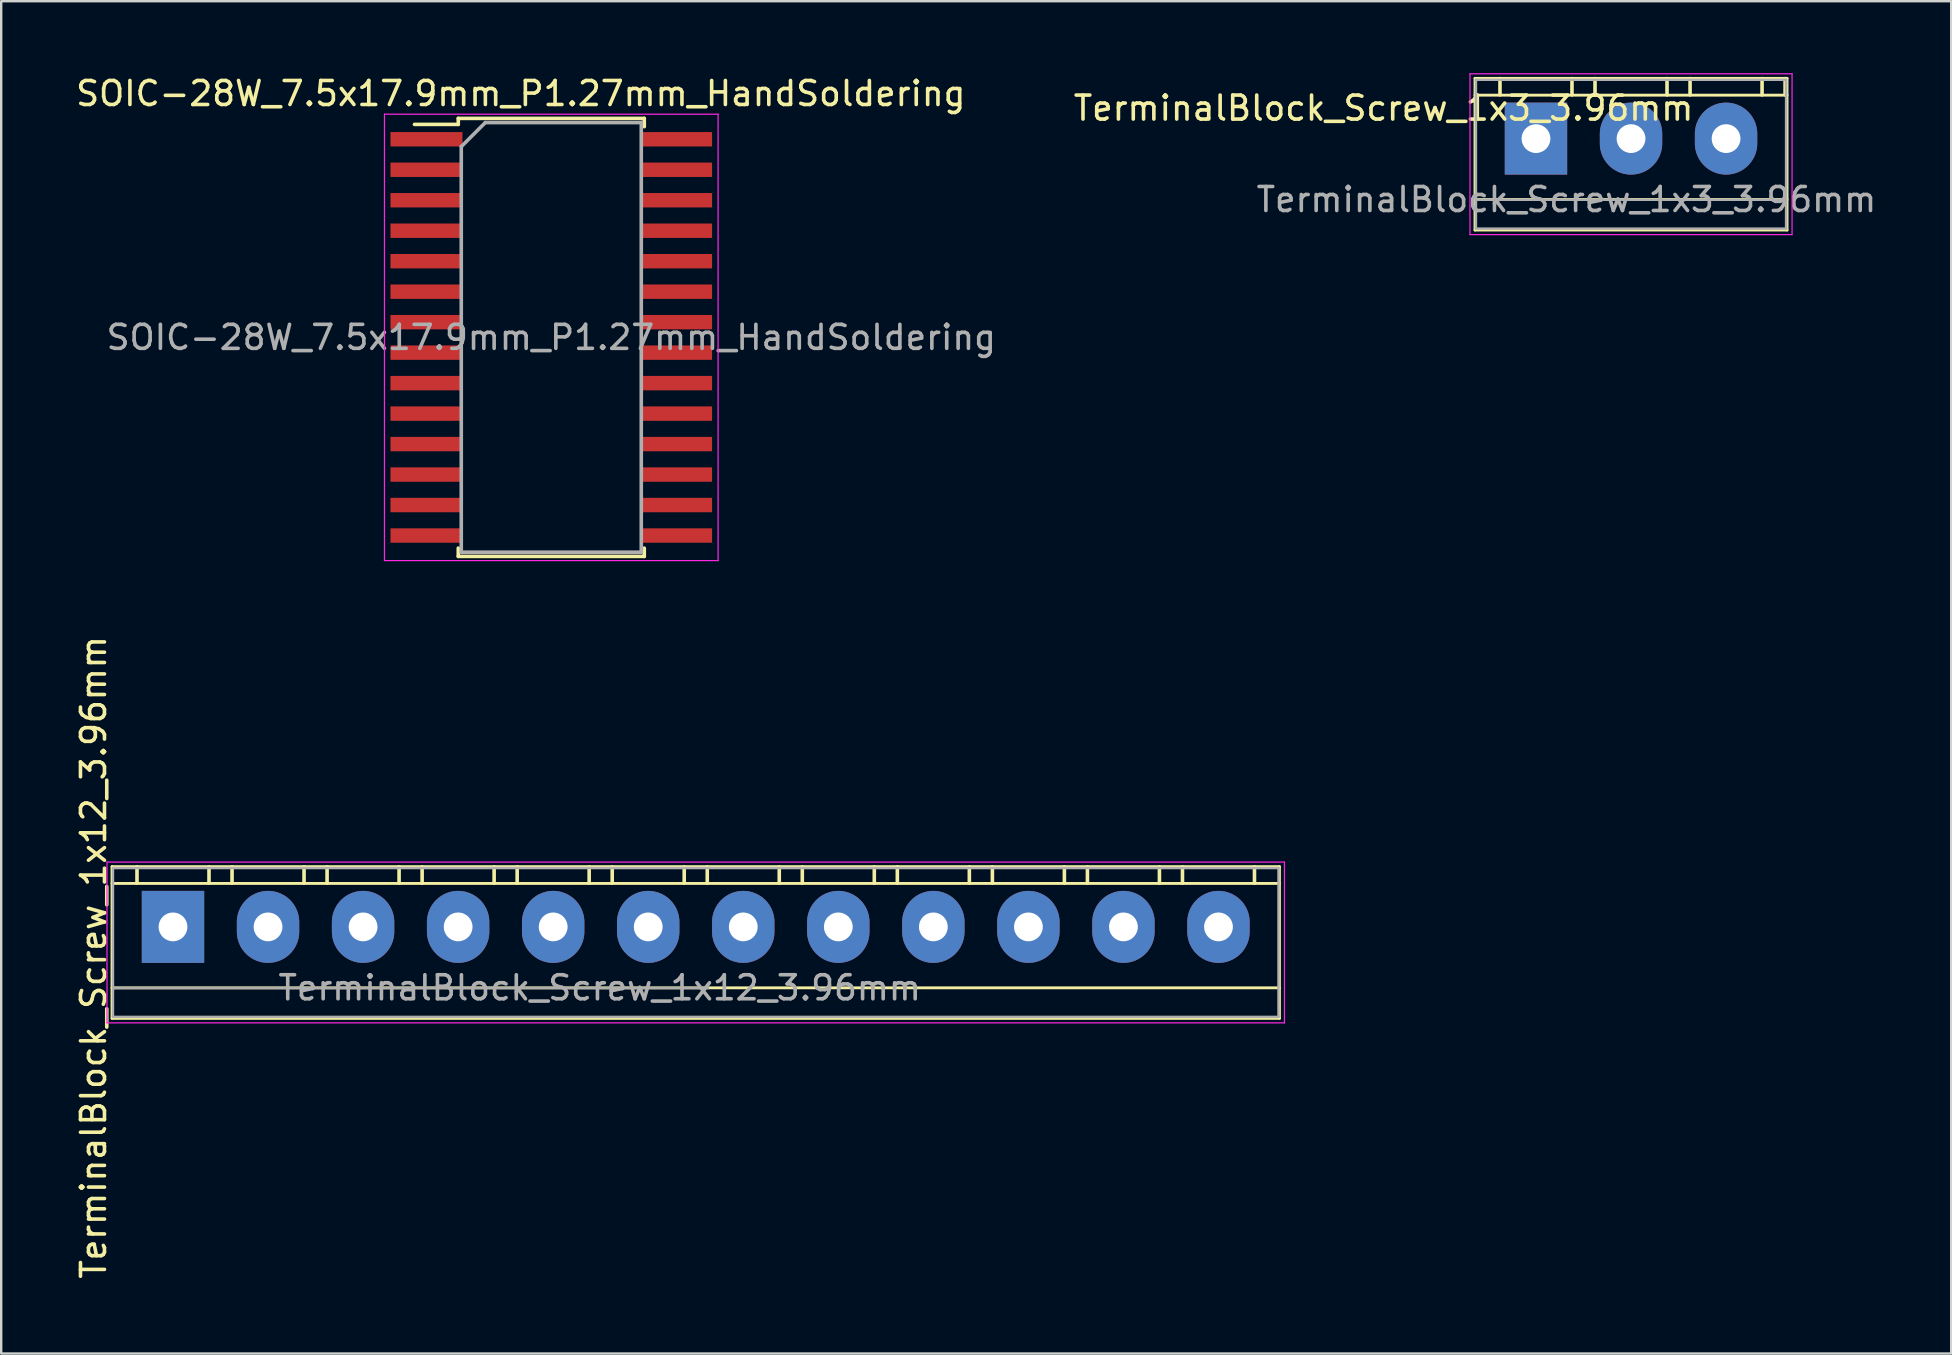
<source format=kicad_pcb>
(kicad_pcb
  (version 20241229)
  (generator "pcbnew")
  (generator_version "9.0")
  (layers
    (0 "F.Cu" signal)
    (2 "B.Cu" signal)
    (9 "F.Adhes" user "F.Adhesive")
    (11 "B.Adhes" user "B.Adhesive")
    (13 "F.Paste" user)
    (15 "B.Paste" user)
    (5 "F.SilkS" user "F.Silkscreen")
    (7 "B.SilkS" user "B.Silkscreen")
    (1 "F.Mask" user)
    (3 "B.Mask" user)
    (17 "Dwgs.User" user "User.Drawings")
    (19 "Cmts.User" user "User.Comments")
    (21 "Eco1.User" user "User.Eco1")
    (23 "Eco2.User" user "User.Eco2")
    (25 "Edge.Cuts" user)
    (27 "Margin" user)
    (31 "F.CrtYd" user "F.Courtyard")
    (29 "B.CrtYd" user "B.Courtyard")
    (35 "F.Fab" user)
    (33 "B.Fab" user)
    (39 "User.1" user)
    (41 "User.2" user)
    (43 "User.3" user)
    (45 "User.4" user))
  (footprint "SOIC-28W_7.5x17.9mm_P1.27mm_HandSoldering"
    (layer "F.Cu")
    (at 19.919 11.008)
    (property "Reference" "SOIC-28W_7.5x17.9mm_P1.27mm_HandSoldering" (at -1.27 -10.16 0) (layer "F.SilkS") (effects (font (size 1 1) (thickness 0.15))))
    (attr through_hole)
    (fp_line (start -3.875 -9.125) (end -3.875 -8.875) (stroke (width 0.15) (type solid)) (layer "F.SilkS"))
    (fp_line (start -3.875 -9.125) (end 3.875 -9.125) (stroke (width 0.15) (type solid)) (layer "F.SilkS"))
    (fp_line (start -3.875 -8.875) (end -5.7 -8.875) (stroke (width 0.15) (type solid)) (layer "F.SilkS"))
    (fp_line (start -3.875 9.125) (end -3.875 8.78) (stroke (width 0.15) (type solid)) (layer "F.SilkS"))
    (fp_line (start -3.875 9.125) (end 3.875 9.125) (stroke (width 0.15) (type solid)) (layer "F.SilkS"))
    (fp_line (start 3.875 -9.125) (end 3.875 -8.78) (stroke (width 0.15) (type solid)) (layer "F.SilkS"))
    (fp_line (start 3.875 9.125) (end 3.875 8.78) (stroke (width 0.15) (type solid)) (layer "F.SilkS"))
    (fp_line (start -6.95 -9.3) (end -6.95 9.3) (stroke (width 0.05) (type solid)) (layer "F.CrtYd"))
    (fp_line (start -6.95 -9.3) (end 6.95 -9.3) (stroke (width 0.05) (type solid)) (layer "F.CrtYd"))
    (fp_line (start -6.95 9.3) (end 6.95 9.3) (stroke (width 0.05) (type solid)) (layer "F.CrtYd"))
    (fp_line (start 6.95 -9.3) (end 6.95 9.3) (stroke (width 0.05) (type solid)) (layer "F.CrtYd"))
    (fp_line (start -3.75 -7.95) (end -2.75 -8.95) (stroke (width 0.15) (type solid)) (layer "F.Fab"))
    (fp_line (start -3.75 8.95) (end -3.75 -7.95) (stroke (width 0.15) (type solid)) (layer "F.Fab"))
    (fp_line (start -2.75 -8.95) (end 3.75 -8.95) (stroke (width 0.15) (type solid)) (layer "F.Fab"))
    (fp_line (start 3.75 -8.95) (end 3.75 8.95) (stroke (width 0.15) (type solid)) (layer "F.Fab"))
    (fp_line (start 3.75 8.95) (end -3.75 8.95) (stroke (width 0.15) (type solid)) (layer "F.Fab"))
    (fp_text user "${REFERENCE}" (at 0 0 0) (layer "F.Fab") (effects (font (size 1 1) (thickness 0.15))))
    (pad "1" smd rect (at -5.2 -8.255) (size 3 0.6) (layers "F.Cu" "F.Mask" "F.Paste"))
    (pad "2" smd rect (at -5.2 -6.985) (size 3 0.6) (layers "F.Cu" "F.Mask" "F.Paste"))
    (pad "3" smd rect (at -5.2 -5.715) (size 3 0.6) (layers "F.Cu" "F.Mask" "F.Paste"))
    (pad "4" smd rect (at -5.2 -4.445) (size 3 0.6) (layers "F.Cu" "F.Mask" "F.Paste"))
    (pad "5" smd rect (at -5.2 -3.175) (size 3 0.6) (layers "F.Cu" "F.Mask" "F.Paste"))
    (pad "6" smd rect (at -5.2 -1.905) (size 3 0.6) (layers "F.Cu" "F.Mask" "F.Paste"))
    (pad "7" smd rect (at -5.2 -0.635) (size 3 0.6) (layers "F.Cu" "F.Mask" "F.Paste"))
    (pad "8" smd rect (at -5.2 0.635) (size 3 0.6) (layers "F.Cu" "F.Mask" "F.Paste"))
    (pad "9" smd rect (at -5.2 1.905) (size 3 0.6) (layers "F.Cu" "F.Mask" "F.Paste"))
    (pad "10" smd rect (at -5.2 3.175) (size 3 0.6) (layers "F.Cu" "F.Mask" "F.Paste"))
    (pad "11" smd rect (at -5.2 4.445) (size 3 0.6) (layers "F.Cu" "F.Mask" "F.Paste"))
    (pad "12" smd rect (at -5.2 5.715) (size 3 0.6) (layers "F.Cu" "F.Mask" "F.Paste"))
    (pad "13" smd rect (at -5.2 6.985) (size 3 0.6) (layers "F.Cu" "F.Mask" "F.Paste"))
    (pad "14" smd rect (at -5.2 8.255) (size 3 0.6) (layers "F.Cu" "F.Mask" "F.Paste"))
    (pad "15" smd rect (at 5.2 8.255) (size 3 0.6) (layers "F.Cu" "F.Mask" "F.Paste"))
    (pad "16" smd rect (at 5.2 6.985) (size 3 0.6) (layers "F.Cu" "F.Mask" "F.Paste"))
    (pad "17" smd rect (at 5.2 5.715) (size 3 0.6) (layers "F.Cu" "F.Mask" "F.Paste"))
    (pad "18" smd rect (at 5.2 4.445) (size 3 0.6) (layers "F.Cu" "F.Mask" "F.Paste"))
    (pad "19" smd rect (at 5.2 3.175) (size 3 0.6) (layers "F.Cu" "F.Mask" "F.Paste"))
    (pad "20" smd rect (at 5.2 1.905) (size 3 0.6) (layers "F.Cu" "F.Mask" "F.Paste"))
    (pad "21" smd rect (at 5.2 0.635) (size 3 0.6) (layers "F.Cu" "F.Mask" "F.Paste"))
    (pad "22" smd rect (at 5.2 -0.635) (size 3 0.6) (layers "F.Cu" "F.Mask" "F.Paste"))
    (pad "23" smd rect (at 5.2 -1.905) (size 3 0.6) (layers "F.Cu" "F.Mask" "F.Paste"))
    (pad "24" smd rect (at 5.2 -3.175) (size 3 0.6) (layers "F.Cu" "F.Mask" "F.Paste"))
    (pad "25" smd rect (at 5.2 -4.445) (size 3 0.6) (layers "F.Cu" "F.Mask" "F.Paste"))
    (pad "26" smd rect (at 5.2 -5.715) (size 3 0.6) (layers "F.Cu" "F.Mask" "F.Paste"))
    (pad "27" smd rect (at 5.2 -6.985) (size 3 0.6) (layers "F.Cu" "F.Mask" "F.Paste"))
    (pad "28" smd rect (at 5.2 -8.255) (size 3 0.6) (layers "F.Cu" "F.Mask" "F.Paste")))
  (footprint "TerminalBlock_Screw_1x3_3.96mm"
    (layer "F.Cu")
    (at 60.947 2.725)
    (property "Reference" "TerminalBlock_Screw_1x3_3.96mm" (at -6.35 -1.27 0) (layer "F.SilkS") (effects (font (size 1 1) (thickness 0.15))))
    (attr through_hole)
    (fp_line (start -2.54 -2.51) (end -2.54 3.81) (stroke (width 0.12) (type solid)) (layer "F.SilkS"))
    (fp_line (start -2.54 -2.51) (end 10.46 -2.51) (stroke (width 0.12) (type solid)) (layer "F.SilkS"))
    (fp_line (start -2.54 -1.81) (end 10.46 -1.81) (stroke (width 0.12) (type solid)) (layer "F.SilkS"))
    (fp_line (start -2.54 2.54) (end 10.46 2.54) (stroke (width 0.12) (type solid)) (layer "F.SilkS"))
    (fp_line (start -2.54 3.81) (end 10.46 3.81) (stroke (width 0.12) (type solid)) (layer "F.SilkS"))
    (fp_line (start -1.5 -2.5) (end -1.5 -1.82) (stroke (width 0.15) (type solid)) (layer "F.SilkS"))
    (fp_line (start 1.5 -2.5) (end 1.5 -1.82) (stroke (width 0.15) (type solid)) (layer "F.SilkS"))
    (fp_line (start 2.46 -2.5) (end 2.46 -1.82) (stroke (width 0.15) (type solid)) (layer "F.SilkS"))
    (fp_line (start 5.46 -2.5) (end 5.46 -1.82) (stroke (width 0.15) (type solid)) (layer "F.SilkS"))
    (fp_line (start 6.42 -2.5) (end 6.42 -1.82) (stroke (width 0.15) (type solid)) (layer "F.SilkS"))
    (fp_line (start 9.42 -2.5) (end 9.42 -1.82) (stroke (width 0.15) (type solid)) (layer "F.SilkS"))
    (fp_line (start 10.38 -2.5) (end 10.38 -1.82) (stroke (width 0.15) (type solid)) (layer "F.SilkS"))
    (fp_line (start 10.46 3.81) (end 10.46 -2.51) (stroke (width 0.12) (type solid)) (layer "F.SilkS"))
    (fp_line (start -2.75 -2.7) (end -2.75 4) (stroke (width 0.05) (type solid)) (layer "F.CrtYd"))
    (fp_line (start -2.75 -2.7) (end 10.67 -2.7) (stroke (width 0.05) (type solid)) (layer "F.CrtYd"))
    (fp_line (start 10.67 4) (end -2.75 4) (stroke (width 0.05) (type solid)) (layer "F.CrtYd"))
    (fp_line (start 10.67 4) (end 10.67 -2.7) (stroke (width 0.05) (type solid)) (layer "F.CrtYd"))
    (fp_line (start -2.5 -2.45) (end -2.5 3.75) (stroke (width 0.1) (type solid)) (layer "F.Fab"))
    (fp_line (start -2.5 2.55) (end 10.42 2.55) (stroke (width 0.1) (type solid)) (layer "F.Fab"))
    (fp_line (start -2.5 3.75) (end 10.42 3.75) (stroke (width 0.1) (type solid)) (layer "F.Fab"))
    (fp_line (start 10.42 -2.45) (end -2.5 -2.45) (stroke (width 0.1) (type solid)) (layer "F.Fab"))
    (fp_line (start 10.42 3.75) (end 10.42 -2.45) (stroke (width 0.1) (type solid)) (layer "F.Fab"))
    (fp_text user "${REFERENCE}" (at 1.27 2.54 0) (layer "F.Fab") (effects (font (size 1 1) (thickness 0.15))))
    (pad "1" thru_hole rect (at 0 0) (size 2.6 3) (drill 1.2) (layers "*.Cu" "*.Mask"))
    (pad "2" thru_hole oval (at 3.96 0) (size 2.6 3) (drill 1.2) (layers "*.Cu" "*.Mask"))
    (pad "3" thru_hole oval (at 7.92 0) (size 2.6 3) (drill 1.2) (layers "*.Cu" "*.Mask")))
  (footprint "TerminalBlock_Screw_1x12_3.96mm"
    (layer "F.Cu")
    (at 4.158 35.569)
    (property "Reference" "TerminalBlock_Screw_1x12_3.96mm" (at -3.31 1.27 90) (layer "F.SilkS") (effects (font (size 1 1) (thickness 0.15))))
    (attr through_hole)
    (fp_line (start -2.54 -2.51) (end -2.54 3.81) (stroke (width 0.12) (type solid)) (layer "F.SilkS"))
    (fp_line (start -2.54 -2.51) (end 46.1 -2.51) (stroke (width 0.12) (type solid)) (layer "F.SilkS"))
    (fp_line (start -2.54 -1.81) (end 46.1 -1.81) (stroke (width 0.12) (type solid)) (layer "F.SilkS"))
    (fp_line (start -2.54 2.54) (end 46.1 2.54) (stroke (width 0.12) (type solid)) (layer "F.SilkS"))
    (fp_line (start -2.54 3.81) (end 46.1 3.81) (stroke (width 0.12) (type solid)) (layer "F.SilkS"))
    (fp_line (start -1.5 -2.5) (end -1.5 -1.82) (stroke (width 0.15) (type solid)) (layer "F.SilkS"))
    (fp_line (start 1.5 -2.5) (end 1.5 -1.82) (stroke (width 0.15) (type solid)) (layer "F.SilkS"))
    (fp_line (start 2.46 -2.5) (end 2.46 -1.82) (stroke (width 0.15) (type solid)) (layer "F.SilkS"))
    (fp_line (start 5.46 -2.5) (end 5.46 -1.82) (stroke (width 0.15) (type solid)) (layer "F.SilkS"))
    (fp_line (start 6.42 -2.5) (end 6.42 -1.82) (stroke (width 0.15) (type solid)) (layer "F.SilkS"))
    (fp_line (start 9.42 -2.5) (end 9.42 -1.82) (stroke (width 0.15) (type solid)) (layer "F.SilkS"))
    (fp_line (start 10.38 -2.5) (end 10.38 -1.82) (stroke (width 0.15) (type solid)) (layer "F.SilkS"))
    (fp_line (start 13.38 -2.5) (end 13.38 -1.82) (stroke (width 0.15) (type solid)) (layer "F.SilkS"))
    (fp_line (start 14.34 -2.5) (end 14.34 -1.82) (stroke (width 0.15) (type solid)) (layer "F.SilkS"))
    (fp_line (start 17.34 -2.5) (end 17.34 -1.82) (stroke (width 0.15) (type solid)) (layer "F.SilkS"))
    (fp_line (start 18.3 -2.5) (end 18.3 -1.82) (stroke (width 0.15) (type solid)) (layer "F.SilkS"))
    (fp_line (start 21.3 -2.5) (end 21.3 -1.82) (stroke (width 0.15) (type solid)) (layer "F.SilkS"))
    (fp_line (start 22.26 -2.5) (end 22.26 -1.82) (stroke (width 0.15) (type solid)) (layer "F.SilkS"))
    (fp_line (start 25.26 -2.5) (end 25.26 -1.82) (stroke (width 0.15) (type solid)) (layer "F.SilkS"))
    (fp_line (start 26.22 -2.5) (end 26.22 -1.82) (stroke (width 0.15) (type solid)) (layer "F.SilkS"))
    (fp_line (start 29.22 -2.5) (end 29.22 -1.82) (stroke (width 0.15) (type solid)) (layer "F.SilkS"))
    (fp_line (start 30.18 -2.5) (end 30.18 -1.82) (stroke (width 0.15) (type solid)) (layer "F.SilkS"))
    (fp_line (start 33.18 -2.5) (end 33.18 -1.82) (stroke (width 0.15) (type solid)) (layer "F.SilkS"))
    (fp_line (start 34.14 -2.5) (end 34.14 -1.82) (stroke (width 0.15) (type solid)) (layer "F.SilkS"))
    (fp_line (start 37.14 -2.5) (end 37.14 -1.82) (stroke (width 0.15) (type solid)) (layer "F.SilkS"))
    (fp_line (start 38.1 -2.5) (end 38.1 -1.82) (stroke (width 0.15) (type solid)) (layer "F.SilkS"))
    (fp_line (start 41.1 -2.5) (end 41.1 -1.82) (stroke (width 0.15) (type solid)) (layer "F.SilkS"))
    (fp_line (start 42.06 -2.5) (end 42.06 -1.82) (stroke (width 0.15) (type solid)) (layer "F.SilkS"))
    (fp_line (start 45.06 -2.5) (end 45.06 -1.82) (stroke (width 0.15) (type solid)) (layer "F.SilkS"))
    (fp_line (start 46.1 3.81) (end 46.1 -2.51) (stroke (width 0.12) (type solid)) (layer "F.SilkS"))
    (fp_line (start -2.75 -2.7) (end -2.75 4) (stroke (width 0.05) (type solid)) (layer "F.CrtYd"))
    (fp_line (start -2.75 -2.7) (end 46.31 -2.7) (stroke (width 0.05) (type solid)) (layer "F.CrtYd"))
    (fp_line (start 46.31 4) (end -2.75 4) (stroke (width 0.05) (type solid)) (layer "F.CrtYd"))
    (fp_line (start 46.31 4) (end 46.31 -2.7) (stroke (width 0.05) (type solid)) (layer "F.CrtYd"))
    (fp_line (start -2.5 -2.45) (end -2.5 3.75) (stroke (width 0.1) (type solid)) (layer "F.Fab"))
    (fp_line (start -2.5 2.55) (end 22.3 2.55) (stroke (width 0.1) (type solid)) (layer "F.Fab"))
    (fp_line (start -2.5 3.75) (end 46.06 3.75) (stroke (width 0.1) (type solid)) (layer "F.Fab"))
    (fp_line (start 46.06 -2.45) (end -2.5 -2.45) (stroke (width 0.1) (type solid)) (layer "F.Fab"))
    (fp_line (start 46.06 3.75) (end 46.06 -2.45) (stroke (width 0.1) (type solid)) (layer "F.Fab"))
    (fp_text user "${REFERENCE}" (at 17.78 2.54 0) (layer "F.Fab") (effects (font (size 1 1) (thickness 0.15))))
    (pad "1" thru_hole rect (at 0 0) (size 2.6 3) (drill 1.2) (layers "*.Cu" "*.Mask"))
    (pad "2" thru_hole oval (at 3.96 0) (size 2.6 3) (drill 1.2) (layers "*.Cu" "*.Mask"))
    (pad "3" thru_hole oval (at 7.92 0) (size 2.6 3) (drill 1.2) (layers "*.Cu" "*.Mask"))
    (pad "4" thru_hole oval (at 11.88 0) (size 2.6 3) (drill 1.2) (layers "*.Cu" "*.Mask"))
    (pad "5" thru_hole oval (at 15.84 0) (size 2.6 3) (drill 1.2) (layers "*.Cu" "*.Mask"))
    (pad "6" thru_hole oval (at 19.8 0) (size 2.6 3) (drill 1.2) (layers "*.Cu" "*.Mask"))
    (pad "7" thru_hole oval (at 23.76 0) (size 2.6 3) (drill 1.2) (layers "*.Cu" "*.Mask"))
    (pad "8" thru_hole oval (at 27.72 0) (size 2.6 3) (drill 1.2) (layers "*.Cu" "*.Mask"))
    (pad "9" thru_hole oval (at 31.68 0) (size 2.6 3) (drill 1.2) (layers "*.Cu" "*.Mask"))
    (pad "10" thru_hole oval (at 35.64 0) (size 2.6 3) (drill 1.2) (layers "*.Cu" "*.Mask"))
    (pad "11" thru_hole oval (at 39.6 0) (size 2.6 3) (drill 1.2) (layers "*.Cu" "*.Mask"))
    (pad "12" thru_hole oval (at 43.56 0) (size 2.6 3) (drill 1.2) (layers "*.Cu" "*.Mask")))
  (gr_rect
    (start -3 -3)
    (end 78.247 53.345)
    (stroke (width 0.1) (type default))
    (fill no)
    (layer "Edge.Cuts")))
</source>
